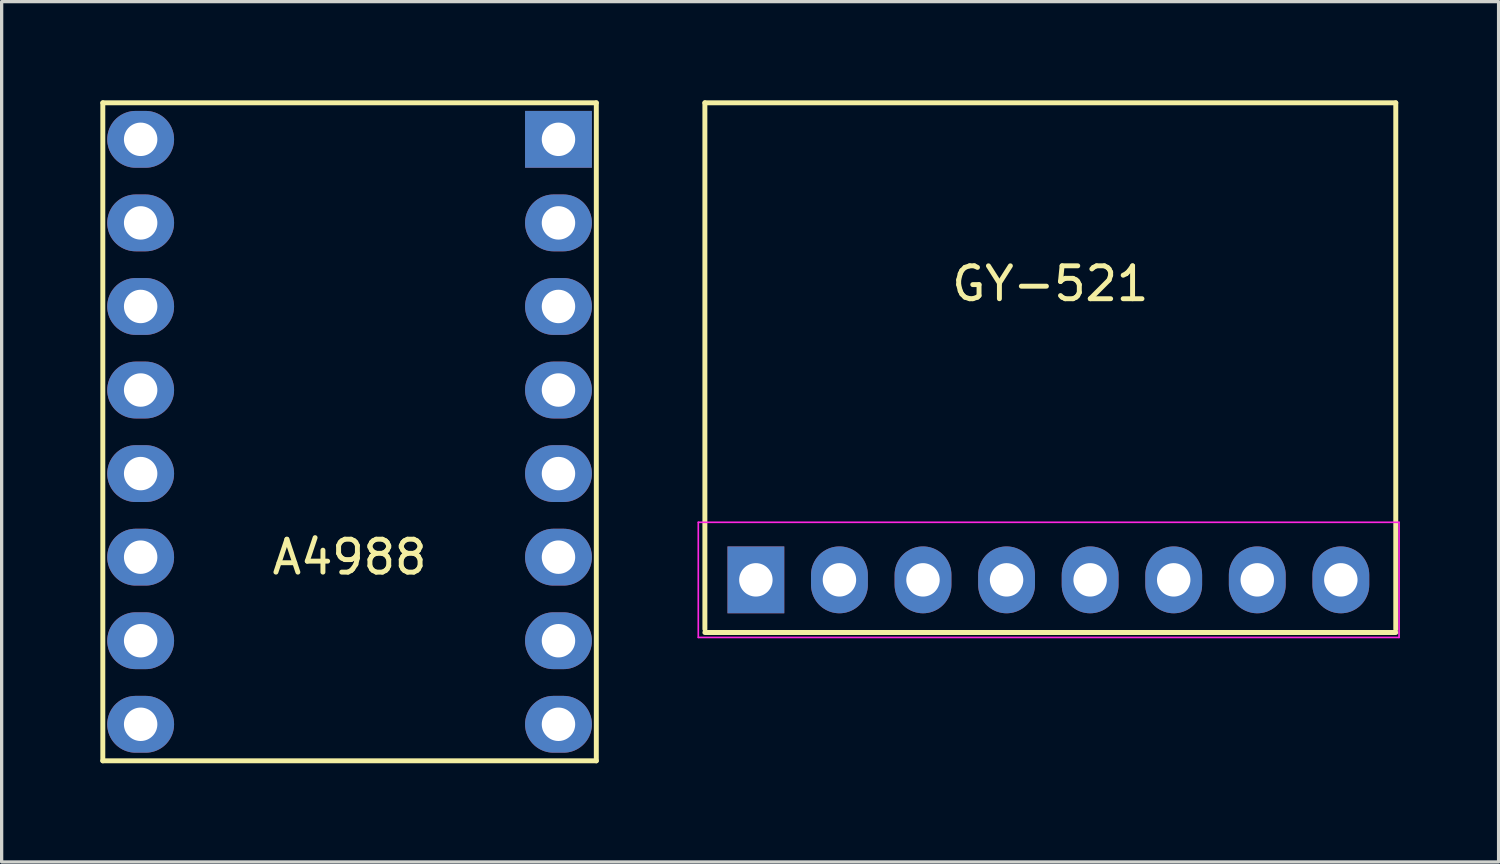
<source format=kicad_pcb>
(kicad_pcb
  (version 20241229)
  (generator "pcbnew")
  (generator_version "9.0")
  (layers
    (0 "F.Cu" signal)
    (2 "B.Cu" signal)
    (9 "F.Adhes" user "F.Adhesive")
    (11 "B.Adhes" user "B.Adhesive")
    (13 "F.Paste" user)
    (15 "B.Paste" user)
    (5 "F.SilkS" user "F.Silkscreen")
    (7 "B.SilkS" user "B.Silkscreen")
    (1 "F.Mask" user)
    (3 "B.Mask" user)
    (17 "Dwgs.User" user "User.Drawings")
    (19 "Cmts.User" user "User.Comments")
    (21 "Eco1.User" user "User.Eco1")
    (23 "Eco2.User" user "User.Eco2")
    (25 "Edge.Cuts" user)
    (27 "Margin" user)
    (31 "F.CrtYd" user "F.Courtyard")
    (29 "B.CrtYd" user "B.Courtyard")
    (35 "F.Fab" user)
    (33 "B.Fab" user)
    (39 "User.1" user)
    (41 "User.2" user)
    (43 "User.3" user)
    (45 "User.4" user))
  (footprint "A4988"
    (layer "F.Cu")
    (at 7.575 10.075)
    (property "Reference" "A4988" (at 0 3.81 0) (layer "F.SilkS") (effects (font (size 1 1) (thickness 0.15))))
    (attr through_hole)
    (fp_line (start -7.5 -10) (end -7.5 10) (stroke (width 0.15) (type solid)) (layer "F.SilkS"))
    (fp_line (start -7.5 -10) (end 7.5 -10) (stroke (width 0.15) (type solid)) (layer "F.SilkS"))
    (fp_line (start -7.5 10) (end 7.5 10) (stroke (width 0.15) (type solid)) (layer "F.SilkS"))
    (fp_line (start 7.5 -10) (end 7.5 10) (stroke (width 0.15) (type solid)) (layer "F.SilkS"))
    (pad "1" thru_hole rect (at 6.35 -8.89) (size 2.032 1.727) (drill 1.016) (layers "*.Cu" "*.Mask"))
    (pad "2" thru_hole oval (at 6.35 -6.35) (size 2.032 1.727) (drill 1.016) (layers "*.Cu" "*.Mask"))
    (pad "3" thru_hole oval (at 6.35 -3.81) (size 2.032 1.727) (drill 1.016) (layers "*.Cu" "*.Mask"))
    (pad "4" thru_hole oval (at 6.35 -1.27) (size 2.032 1.727) (drill 1.016) (layers "*.Cu" "*.Mask"))
    (pad "5" thru_hole oval (at 6.35 1.27) (size 2.032 1.727) (drill 1.016) (layers "*.Cu" "*.Mask"))
    (pad "6" thru_hole oval (at 6.35 3.81) (size 2.032 1.727) (drill 1.016) (layers "*.Cu" "*.Mask"))
    (pad "7" thru_hole oval (at 6.35 6.35) (size 2.032 1.727) (drill 1.016) (layers "*.Cu" "*.Mask"))
    (pad "8" thru_hole oval (at 6.35 8.89) (size 2.032 1.727) (drill 1.016) (layers "*.Cu" "*.Mask"))
    (pad "9" thru_hole oval (at -6.35 8.89) (size 2.032 1.727) (drill 1.016) (layers "*.Cu" "*.Mask"))
    (pad "10" thru_hole oval (at -6.35 6.35) (size 2.032 1.727) (drill 1.016) (layers "*.Cu" "*.Mask"))
    (pad "11" thru_hole oval (at -6.35 3.81) (size 2.032 1.727) (drill 1.016) (layers "*.Cu" "*.Mask"))
    (pad "12" thru_hole oval (at -6.35 1.27) (size 2.032 1.727) (drill 1.016) (layers "*.Cu" "*.Mask"))
    (pad "13" thru_hole oval (at -6.35 -1.27) (size 2.032 1.727) (drill 1.016) (layers "*.Cu" "*.Mask"))
    (pad "14" thru_hole oval (at -6.35 -3.81) (size 2.032 1.727) (drill 1.016) (layers "*.Cu" "*.Mask"))
    (pad "15" thru_hole oval (at -6.35 -6.35) (size 2.032 1.727) (drill 1.016) (layers "*.Cu" "*.Mask"))
    (pad "16" thru_hole oval (at -6.35 -8.89) (size 2.032 1.727) (drill 1.016) (layers "*.Cu" "*.Mask")))
  (footprint "GY-521"
    (layer "F.Cu")
    (at 28.875 8.175)
    (property "Reference" "GY-521" (at 0 -2.6 180) (layer "F.SilkS") (effects (font (size 1 1) (thickness 0.15))))
    (attr through_hole)
    (fp_line (start -10.5 -8.1) (end 10.5 -8.1) (stroke (width 0.15) (type solid)) (layer "F.SilkS"))
    (fp_line (start -10.5 7.9) (end -10.5 -8.1) (stroke (width 0.15) (type solid)) (layer "F.SilkS"))
    (fp_line (start 10.5 -8.1) (end 10.5 7.9) (stroke (width 0.15) (type solid)) (layer "F.SilkS"))
    (fp_line (start 10.5 8) (end -10.5 8) (stroke (width 0.15) (type solid)) (layer "F.SilkS"))
    (fp_line (start -10.7 4.65) (end 10.6 4.65) (stroke (width 0.05) (type solid)) (layer "F.CrtYd"))
    (fp_line (start -10.7 8.15) (end -10.7 4.65) (stroke (width 0.05) (type solid)) (layer "F.CrtYd"))
    (fp_line (start -10.7 8.15) (end 10.6 8.15) (stroke (width 0.05) (type solid)) (layer "F.CrtYd"))
    (fp_line (start 10.6 8.15) (end 10.6 4.65) (stroke (width 0.05) (type solid)) (layer "F.CrtYd"))
    (pad "1" thru_hole rect (at -8.95 6.4 90) (size 2.032 1.727) (drill 1.016) (layers "*.Cu" "*.Mask"))
    (pad "2" thru_hole oval (at -6.41 6.4 90) (size 2.032 1.727) (drill 1.016) (layers "*.Cu" "*.Mask"))
    (pad "3" thru_hole oval (at -3.87 6.4 90) (size 2.032 1.727) (drill 1.016) (layers "*.Cu" "*.Mask"))
    (pad "4" thru_hole oval (at -1.33 6.4 90) (size 2.032 1.727) (drill 1.016) (layers "*.Cu" "*.Mask"))
    (pad "5" thru_hole oval (at 1.21 6.4 90) (size 2.032 1.727) (drill 1.016) (layers "*.Cu" "*.Mask"))
    (pad "6" thru_hole oval (at 3.75 6.4 90) (size 2.032 1.727) (drill 1.016) (layers "*.Cu" "*.Mask"))
    (pad "7" thru_hole oval (at 6.29 6.4 90) (size 2.032 1.727) (drill 1.016) (layers "*.Cu" "*.Mask"))
    (pad "8" thru_hole oval (at 8.83 6.4 90) (size 2.032 1.727) (drill 1.016) (layers "*.Cu" "*.Mask")))
  (gr_rect
    (start -3 -3)
    (end 42.5 23.15)
    (stroke (width 0.1) (type default))
    (fill no)
    (layer "Edge.Cuts")))
</source>
